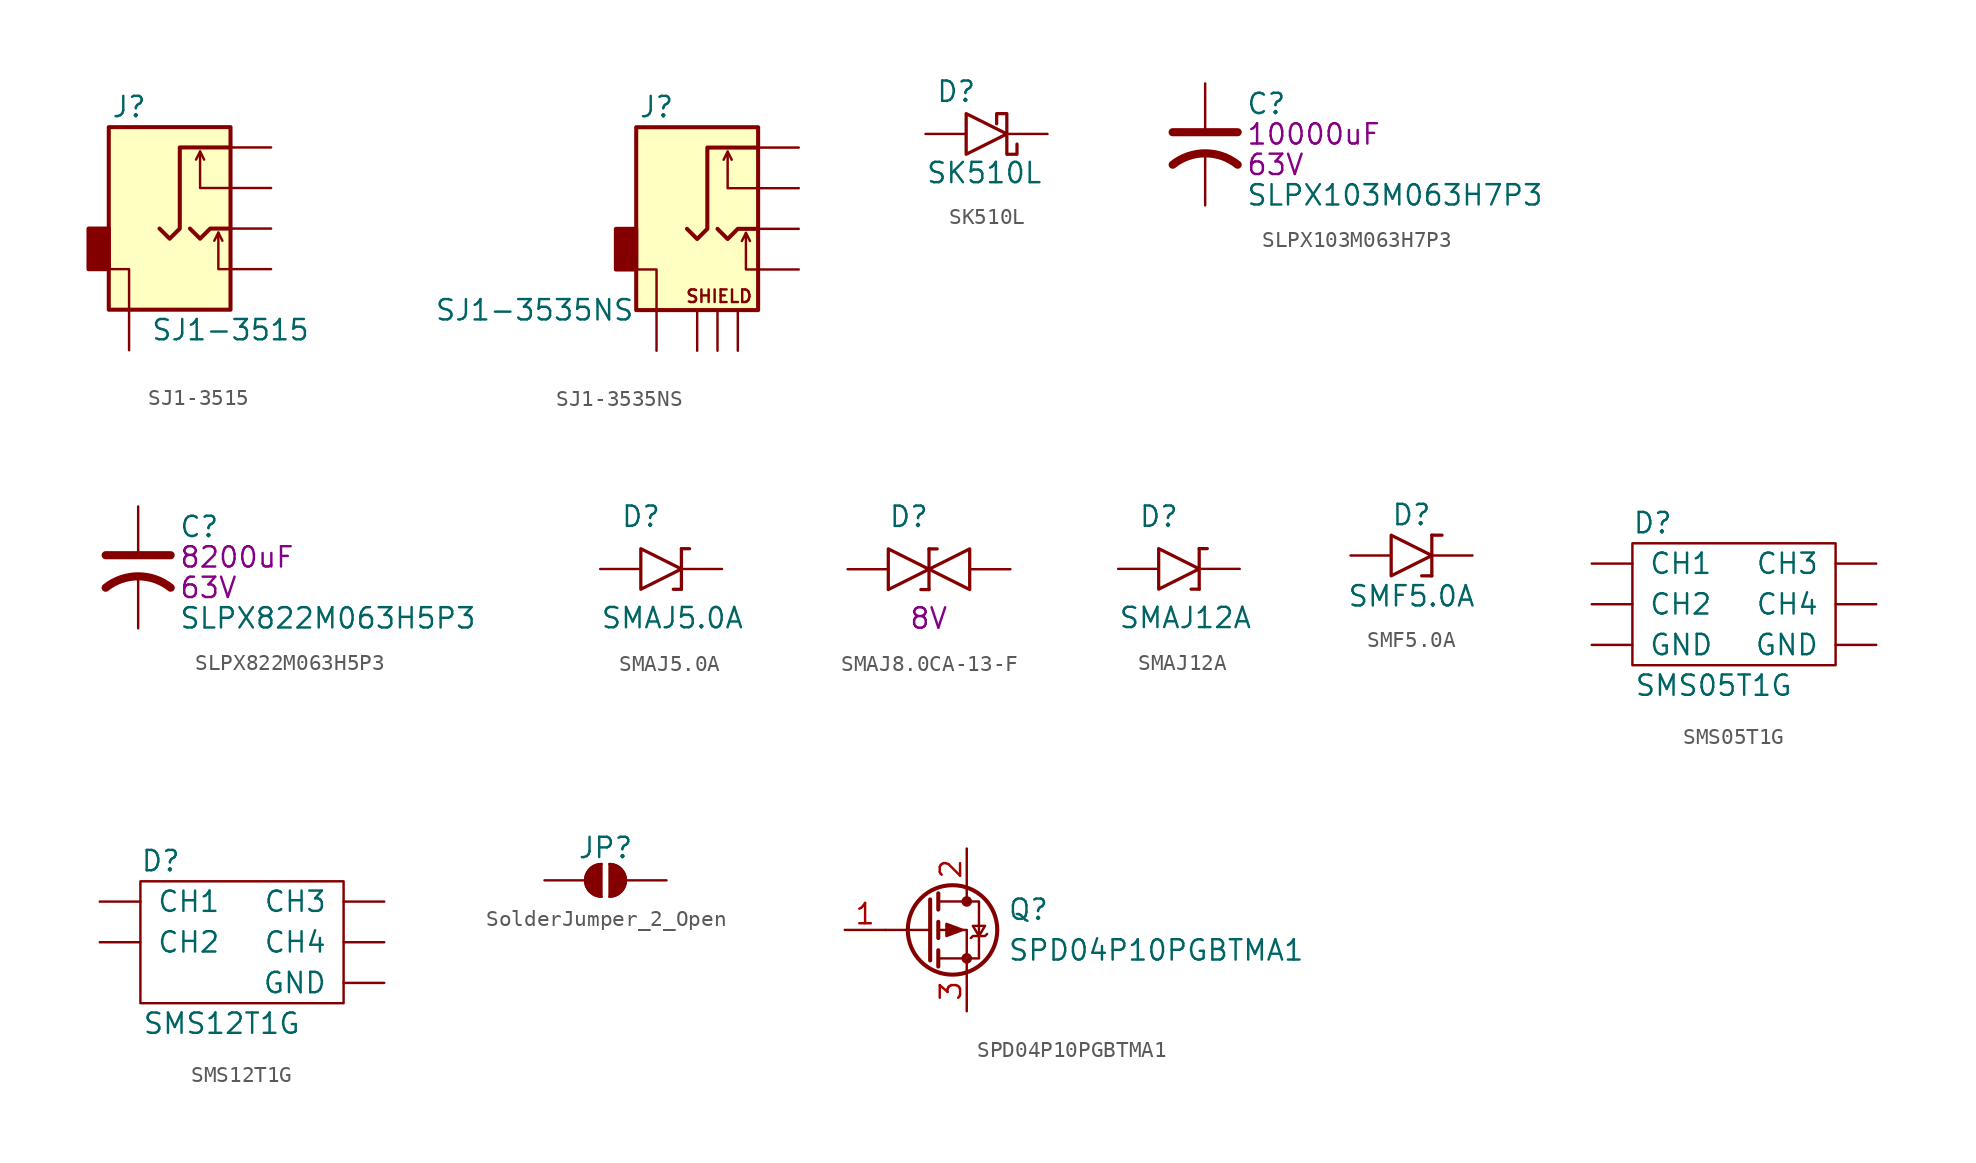
<source format=kicad_sym>
(kicad_symbol_lib
  (version 20210619)
  (generator kicad_symbol_editor)
  (symbol "custom:SJ1-3515"
    (pin_numbers hide)
    (pin_names hide)
    (property "Reference" "J"
      (at -3.81 7.62 0)
      (effects (font (size 1.27 1.27))))
    (property "Value" "SJ1-3515"
      (at 2.54 -6.35 0)
      (effects (font (size 1.27 1.27))))
    (symbol "SJ1-3515_0_1"
      (rectangle (start -5.08 -2.54) (end -6.35 0) (stroke (width 0.254)) (fill (type outline)))
      (rectangle (start 2.54 6.35) (end -5.08 -5.08) (stroke (width 0.254)) (fill (type background)))
      (polyline (pts (xy -3.81 -5.08) (xy -3.81 -2.54) (xy -5.08 -2.54)) (stroke (width 0)) (fill (type none))))
    (symbol "SJ1-3515_1_1"
      (polyline (pts (xy 0.635 4.826) (xy 0.889 4.318)) (stroke (width 0)) (fill (type none)))
      (polyline (pts (xy 1.778 -0.254) (xy 2.032 -0.762)) (stroke (width 0)) (fill (type none)))
      (polyline (pts (xy 0 0) (xy 0.635 -0.635) (xy 1.27 0) (xy 2.54 0)) (stroke (width 0.254)) (fill (type none)))
      (polyline (pts (xy 2.54 -2.54) (xy 1.778 -2.54) (xy 1.778 -0.254) (xy 1.524 -0.762)) (stroke (width 0)) (fill (type none)))
      (polyline (pts (xy 2.54 2.54) (xy 0.635 2.54) (xy 0.635 4.826) (xy 0.381 4.318)) (stroke (width 0)) (fill (type none)))
      (polyline (pts (xy 2.54 5.08) (xy -0.635 5.08) (xy -0.635 0) (xy -1.27 -0.635) (xy -1.905 0)) (stroke (width 0.254)) (fill (type none)))
      (pin passive line (at -3.81 -7.62 90) (length 2.54) (name "GND" (effects (font (size 1.27 1.27)))) (number "1" (effects (font (size 1.27 1.27)))))
      (pin passive line (at 5.08 0 180) (length 2.54) (name "TIP" (effects (font (size 1.27 1.27)))) (number "2" (effects (font (size 1.27 1.27)))))
      (pin passive line (at 5.08 5.08 180) (length 2.54) (name "RING" (effects (font (size 1.27 1.27)))) (number "3" (effects (font (size 1.27 1.27)))))
      (pin passive line (at 5.08 -2.54 180) (length 2.54) (name "TIP_SWITCH" (effects (font (size 1.27 1.27)))) (number "4" (effects (font (size 1.27 1.27)))))
      (pin passive line (at 5.08 2.54 180) (length 2.54) (name "RING_SWITCH" (effects (font (size 1.27 1.27)))) (number "5" (effects (font (size 1.27 1.27)))))))
  (symbol "custom:SJ1-3535NS"
    (pin_numbers hide)
    (pin_names hide)
    (property "Reference" "J"
      (at -3.81 7.62 0)
      (effects (font (size 1.27 1.27))))
    (property "Value" "SJ1-3535NS"
      (at -11.43 -5.08 0)
      (effects (font (size 1.27 1.27))))
    (symbol "SJ1-3535NS_0_0"
      (text "SHIELD" (at 0.102 -4.216 0) (effects (font (size 0.787 0.787)))))
    (symbol "SJ1-3535NS_0_1"
      (rectangle (start -5.08 -2.54) (end -6.35 0) (stroke (width 0.254)) (fill (type outline)))
      (rectangle (start 2.54 6.35) (end -5.08 -5.08) (stroke (width 0.254)) (fill (type background)))
      (polyline (pts (xy -3.81 -5.08) (xy -3.81 -2.54) (xy -5.08 -2.54)) (stroke (width 0)) (fill (type none))))
    (symbol "SJ1-3535NS_1_1"
      (polyline (pts (xy 0.635 4.826) (xy 0.889 4.318)) (stroke (width 0)) (fill (type none)))
      (polyline (pts (xy 1.778 -0.254) (xy 2.032 -0.762)) (stroke (width 0)) (fill (type none)))
      (polyline (pts (xy 0 0) (xy 0.635 -0.635) (xy 1.27 0) (xy 2.54 0)) (stroke (width 0.254)) (fill (type none)))
      (polyline (pts (xy 2.54 -2.54) (xy 1.778 -2.54) (xy 1.778 -0.254) (xy 1.524 -0.762)) (stroke (width 0)) (fill (type none)))
      (polyline (pts (xy 2.54 2.54) (xy 0.635 2.54) (xy 0.635 4.826) (xy 0.381 4.318)) (stroke (width 0)) (fill (type none)))
      (polyline (pts (xy 2.54 5.08) (xy -0.635 5.08) (xy -0.635 0) (xy -1.27 -0.635) (xy -1.905 0)) (stroke (width 0.254)) (fill (type none)))
      (pin passive line (at -3.81 -7.62 90) (length 2.54) (name "GND" (effects (font (size 1.27 1.27)))) (number "1" (effects (font (size 1.27 1.27)))))
      (pin passive line (at 5.08 0 180) (length 2.54) (name "TIP" (effects (font (size 1.27 1.27)))) (number "2" (effects (font (size 1.27 1.27)))))
      (pin passive line (at 5.08 5.08 180) (length 2.54) (name "RING" (effects (font (size 1.27 1.27)))) (number "3" (effects (font (size 1.27 1.27)))))
      (pin passive line (at 5.08 -2.54 180) (length 2.54) (name "TIP_SWITCH" (effects (font (size 1.27 1.27)))) (number "4" (effects (font (size 1.27 1.27)))))
      (pin passive line (at 5.08 2.54 180) (length 2.54) (name "RING_SWITCH" (effects (font (size 1.27 1.27)))) (number "5" (effects (font (size 1.27 1.27)))))
      (pin passive line (at -1.27 -7.62 90) (length 2.54) (name "SHIELD" (effects (font (size 1.27 1.27)))) (number "S1" (effects (font (size 1.27 1.27)))))
      (pin passive line (at 0 -7.62 90) (length 2.54) (name "SHIELD" (effects (font (size 1.27 1.27)))) (number "S2" (effects (font (size 1.27 1.27)))))
      (pin passive line (at 1.27 -7.62 90) (length 2.54) (name "SHIELD" (effects (font (size 1.27 1.27)))) (number "S3" (effects (font (size 1.27 1.27)))))))
  (symbol "custom:SK510L"
    (pin_numbers hide)
    (pin_names
      (offset 1.016) hide)
    (property "Reference" "D"
      (at -3.175 1.905 0)
      (effects (font (size 1.27 1.27)) (justify left bottom)))
    (property "Value" "SK510L"
      (at -3.81 -3.175 0)
      (effects (font (size 1.27 1.27)) (justify left bottom)))
    (symbol "SK510L_0_1"
      (polyline (pts (xy -1.27 1.27) (xy -1.27 -1.27) (xy 1.27 0) (xy -1.27 1.27)) (stroke (width 0.203)) (fill (type none)))
      (polyline (pts (xy 0.635 0.635) (xy 0.635 1.27) (xy 1.27 1.27) (xy 1.27 -1.27) (xy 1.905 -1.27) (xy 1.905 -0.635)) (stroke (width 0.203)) (fill (type none))))
    (symbol "SK510L_1_1"
      (pin passive line (at 3.81 0 180) (length 2.54) (name "C" (effects (font (size 1.27 1.27)))) (number "1" (effects (font (size 1.27 1.27)))))
      (pin passive line (at -3.81 0 0) (length 2.54) (name "A" (effects (font (size 1.27 1.27)))) (number "2" (effects (font (size 1.27 1.27)))))))
  (symbol "custom:SLPX103M063H7P3"
    (pin_numbers hide)
    (pin_names
      (offset 0.254) hide)
    (property "Reference" "C"
      (at 2.54 2.54 0)
      (effects (font (size 1.27 1.27)) (justify left)))
    (property "Value" "SLPX103M063H7P3"
      (at 2.54 -3.175 0)
      (effects (font (size 1.27 1.27)) (justify left)))
    (property "Capacitance" "10000uF"
      (at 2.54 0.635 0)
      (effects (font (size 1.27 1.27)) (justify left)))
    (property "Rating" "63V"
      (at 2.54 -1.27 0)
      (effects (font (size 1.27 1.27)) (justify left)))
    (symbol "SLPX103M063H7P3_0_1"
      (arc (start -2.032 -1.27) (end 2.032 -1.27) (radius (at 0 -3.81) (length 3.2512) (angles 128.7 51.3)) (stroke (width 0.508)) (fill (type none)))
      (polyline (pts (xy -2.032 0.762) (xy 2.032 0.762)) (stroke (width 0.508)) (fill (type none))))
    (symbol "SLPX103M063H7P3_1_1"
      (pin passive line (at 0 3.81 270) (length 2.794) (name "~" (effects (font (size 1.27 1.27)))) (number "1" (effects (font (size 1.27 1.27)))))
      (pin passive line (at 0 -3.81 90) (length 3.302) (name "~" (effects (font (size 1.27 1.27)))) (number "2" (effects (font (size 1.27 1.27)))))))
  (symbol "custom:SLPX822M063H5P3"
    (pin_numbers hide)
    (pin_names
      (offset 0.254) hide)
    (property "Reference" "C"
      (at 2.54 2.54 0)
      (effects (font (size 1.27 1.27)) (justify left)))
    (property "Value" "SLPX822M063H5P3"
      (at 2.54 -3.175 0)
      (effects (font (size 1.27 1.27)) (justify left)))
    (property "Capacitance" "8200uF"
      (at 2.54 0.635 0)
      (effects (font (size 1.27 1.27)) (justify left)))
    (property "Rating" "63V"
      (at 2.54 -1.27 0)
      (effects (font (size 1.27 1.27)) (justify left)))
    (symbol "SLPX822M063H5P3_0_1"
      (arc (start -2.032 -1.27) (end 2.032 -1.27) (radius (at 0 -3.81) (length 3.2512) (angles 128.7 51.3)) (stroke (width 0.508)) (fill (type none)))
      (polyline (pts (xy -2.032 0.762) (xy 2.032 0.762)) (stroke (width 0.508)) (fill (type none))))
    (symbol "SLPX822M063H5P3_1_1"
      (pin passive line (at 0 3.81 270) (length 2.794) (name "~" (effects (font (size 1.27 1.27)))) (number "1" (effects (font (size 1.27 1.27)))))
      (pin passive line (at 0 -3.81 90) (length 3.302) (name "~" (effects (font (size 1.27 1.27)))) (number "2" (effects (font (size 1.27 1.27)))))))
  (symbol "custom:SMAJ5.0A"
    (pin_numbers hide)
    (pin_names
      (offset 1.016) hide)
    (property "Reference" "D"
      (at -2.54 2.54 0)
      (effects (font (size 1.27 1.27)) (justify left bottom)))
    (property "Value" "SMAJ5.0A"
      (at -3.81 -3.81 0)
      (effects (font (size 1.27 1.27)) (justify left bottom)))
    (symbol "SMAJ5.0A_0_1"
      (polyline (pts (xy 1.27 -1.27) (xy 0.762 -1.27)) (stroke (width 0.203)) (fill (type none)))
      (polyline (pts (xy 1.27 1.27) (xy 1.27 -1.27)) (stroke (width 0.203)) (fill (type none)))
      (polyline (pts (xy 1.27 1.27) (xy 1.778 1.27)) (stroke (width 0.203)) (fill (type none)))
      (polyline (pts (xy -1.27 1.27) (xy -1.27 -1.27) (xy 1.27 0) (xy -1.27 1.27)) (stroke (width 0.203)) (fill (type none))))
    (symbol "SMAJ5.0A_1_1"
      (pin passive line (at 3.81 0 180) (length 2.54) (name "K" (effects (font (size 1.27 1.27)))) (number "1" (effects (font (size 1.27 1.27)))))
      (pin passive line (at -3.81 0 0) (length 2.54) (name "A" (effects (font (size 1.27 1.27)))) (number "2" (effects (font (size 1.27 1.27)))))))
  (symbol "custom:SMAJ8.0CA-13-F"
    (pin_numbers hide)
    (pin_names
      (offset 1.016) hide)
    (property "Reference" "D"
      (at -1.27 2.54 0)
      (effects (font (size 1.27 1.27)) (justify left bottom)))
    (property "Rating" "8V"
      (at 0 -3.81 0)
      (effects (font (size 1.27 1.27)) (justify left bottom)))
    (symbol "SMAJ8.0CA-13-F_0_1"
      (polyline (pts (xy 1.27 -1.27) (xy 0.762 -1.27)) (stroke (width 0.203)) (fill (type none)))
      (polyline (pts (xy 1.27 1.27) (xy 1.27 -1.27)) (stroke (width 0.203)) (fill (type none)))
      (polyline (pts (xy 1.27 1.27) (xy 1.778 1.27)) (stroke (width 0.203)) (fill (type none)))
      (polyline (pts (xy -1.27 1.27) (xy -1.27 -1.27) (xy 1.27 0) (xy -1.27 1.27)) (stroke (width 0.203)) (fill (type none))))
    (symbol "SMAJ8.0CA-13-F_1_1"
      (polyline (pts (xy 3.81 1.27) (xy 3.81 -1.27) (xy 1.27 0) (xy 3.81 1.27)) (stroke (width 0.203)) (fill (type none)))
      (pin passive line (at 6.35 0 180) (length 2.54) (name "K" (effects (font (size 1.27 1.27)))) (number "1" (effects (font (size 1.27 1.27)))))
      (pin passive line (at -3.81 0 0) (length 2.54) (name "A" (effects (font (size 1.27 1.27)))) (number "2" (effects (font (size 1.27 1.27)))))))
  (symbol "custom:SMAJ12A"
    (pin_numbers hide)
    (pin_names
      (offset 1.016) hide)
    (property "Reference" "D"
      (at -2.54 2.54 0)
      (effects (font (size 1.27 1.27)) (justify left bottom)))
    (property "Value" "SMAJ12A"
      (at -3.81 -3.81 0)
      (effects (font (size 1.27 1.27)) (justify left bottom)))
    (symbol "SMAJ12A_0_1"
      (polyline (pts (xy 1.27 -1.27) (xy 0.762 -1.27)) (stroke (width 0.203)) (fill (type none)))
      (polyline (pts (xy 1.27 1.27) (xy 1.27 -1.27)) (stroke (width 0.203)) (fill (type none)))
      (polyline (pts (xy 1.27 1.27) (xy 1.778 1.27)) (stroke (width 0.203)) (fill (type none)))
      (polyline (pts (xy -1.27 1.27) (xy -1.27 -1.27) (xy 1.27 0) (xy -1.27 1.27)) (stroke (width 0.203)) (fill (type none))))
    (symbol "SMAJ12A_1_1"
      (pin passive line (at 3.81 0 180) (length 2.54) (name "K" (effects (font (size 1.27 1.27)))) (number "1" (effects (font (size 1.27 1.27)))))
      (pin passive line (at -3.81 0 0) (length 2.54) (name "A" (effects (font (size 1.27 1.27)))) (number "2" (effects (font (size 1.27 1.27)))))))
  (symbol "custom:SMF5.0A"
    (pin_numbers hide)
    (pin_names
      (offset 1.016) hide)
    (property "Reference" "D"
      (at 0 2.54 0)
      (effects (font (size 1.27 1.27))))
    (property "Value" "SMF5.0A"
      (at 0 -2.54 0)
      (effects (font (size 1.27 1.27))))
    (symbol "SMF5.0A_0_1"
      (polyline (pts (xy 1.27 -1.27) (xy 0.635 -1.27)) (stroke (width 0.203)) (fill (type none)))
      (polyline (pts (xy 1.27 1.27) (xy 1.27 -1.27)) (stroke (width 0.203)) (fill (type none)))
      (polyline (pts (xy 1.27 1.27) (xy 1.905 1.27)) (stroke (width 0.203)) (fill (type none)))
      (polyline (pts (xy -1.27 1.27) (xy -1.27 -1.27) (xy 1.27 0) (xy -1.27 1.27)) (stroke (width 0.203)) (fill (type none))))
    (symbol "SMF5.0A_1_1"
      (pin passive line (at 3.81 0 180) (length 2.54) (name "K" (effects (font (size 1.27 1.27)))) (number "1" (effects (font (size 1.27 1.27)))))
      (pin passive line (at -3.81 0 0) (length 2.54) (name "A" (effects (font (size 1.27 1.27)))) (number "2" (effects (font (size 1.27 1.27)))))))
  (symbol "custom:SMS05T1G"
    (pin_numbers hide)
    (pin_names
      (offset 1.016))
    (property "Reference" "D"
      (at -5.08 7.62 0)
      (effects (font (size 1.27 1.27))))
    (property "Value" "SMS05T1G"
      (at -1.27 -2.54 0)
      (effects (font (size 1.27 1.27))))
    (symbol "SMS05T1G_0_1"
      (rectangle (start -6.35 6.35) (end 6.35 -1.27) (stroke (width 0)) (fill (type none))))
    (symbol "SMS05T1G_1_1"
      (pin passive line (at -8.89 5.08 0) (length 2.54) (name "CH1" (effects (font (size 1.27 1.27)))) (number "1" (effects (font (size 1.27 1.27)))))
      (pin passive line (at -8.89 0 0) (length 2.54) (name "GND" (effects (font (size 1.27 1.27)))) (number "2" (effects (font (size 1.27 1.27)))))
      (pin passive line (at -8.89 2.54 0) (length 2.54) (name "CH2" (effects (font (size 1.27 1.27)))) (number "3" (effects (font (size 1.27 1.27)))))
      (pin passive line (at 8.89 2.54 180) (length 2.54) (name "CH4" (effects (font (size 1.27 1.27)))) (number "4" (effects (font (size 1.27 1.27)))))
      (pin passive line (at 8.89 0 180) (length 2.54) (name "GND" (effects (font (size 1.27 1.27)))) (number "5" (effects (font (size 1.27 1.27)))))
      (pin passive line (at 8.89 5.08 180) (length 2.54) (name "CH3" (effects (font (size 1.27 1.27)))) (number "6" (effects (font (size 1.27 1.27)))))))
  (symbol "custom:SMS12T1G"
    (pin_numbers hide)
    (pin_names
      (offset 1.016))
    (property "Reference" "D"
      (at -5.08 7.62 0)
      (effects (font (size 1.27 1.27))))
    (property "Value" "SMS12T1G"
      (at -1.27 -2.54 0)
      (effects (font (size 1.27 1.27))))
    (symbol "SMS12T1G_0_1"
      (rectangle (start -6.35 6.35) (end 6.35 -1.27) (stroke (width 0)) (fill (type none))))
    (symbol "SMS12T1G_1_1"
      (pin passive line (at -8.89 5.08 0) (length 2.54) (name "CH1" (effects (font (size 1.27 1.27)))) (number "1" (effects (font (size 1.27 1.27)))))
      (pin passive line (at 8.89 0 180) (length 2.54) hide (name "GND" (effects (font (size 1.27 1.27)))) (number "2" (effects (font (size 1.27 1.27)))))
      (pin passive line (at -8.89 2.54 0) (length 2.54) (name "CH2" (effects (font (size 1.27 1.27)))) (number "3" (effects (font (size 1.27 1.27)))))
      (pin passive line (at 8.89 2.54 180) (length 2.54) (name "CH4" (effects (font (size 1.27 1.27)))) (number "4" (effects (font (size 1.27 1.27)))))
      (pin passive line (at 8.89 0 180) (length 2.54) (name "GND" (effects (font (size 1.27 1.27)))) (number "5" (effects (font (size 1.27 1.27)))))
      (pin passive line (at 8.89 5.08 180) (length 2.54) (name "CH3" (effects (font (size 1.27 1.27)))) (number "6" (effects (font (size 1.27 1.27)))))))
  (symbol "custom:SolderJumper_2_Open"
    (pin_numbers hide)
    (pin_names
      (offset 0) hide)
    (property "Reference" "JP"
      (at 0 2.032 0)
      (effects (font (size 1.27 1.27))))
    (symbol "SolderJumper_2_Open_0_1"
      (arc (start -0.254 1.016) (end -0.254 -1.016) (radius (at -0.254 0) (length 1.016) (angles 90.1 -90.1)) (stroke (width 0)) (fill (type none)))
      (arc (start 0.254 -1.016) (end 0.254 1.016) (radius (at 0.254 0) (length 1.016) (angles -89.9 89.9)) (stroke (width 0)) (fill (type none)))
      (arc (start -0.254 1.016) (end -0.254 -1.016) (radius (at -0.254 0) (length 1.016) (angles 90.1 -90.1)) (stroke (width 0)) (fill (type outline)))
      (arc (start 0.254 -1.016) (end 0.254 1.016) (radius (at 0.254 0) (length 1.016) (angles -89.9 89.9)) (stroke (width 0)) (fill (type outline)))
      (polyline (pts (xy -0.254 1.016) (xy -0.254 -1.016)) (stroke (width 0)) (fill (type none)))
      (polyline (pts (xy 0.254 1.016) (xy 0.254 -1.016)) (stroke (width 0)) (fill (type none))))
    (symbol "SolderJumper_2_Open_1_1"
      (pin passive line (at -3.81 0 0) (length 2.54) (name "A" (effects (font (size 1.27 1.27)))) (number "1" (effects (font (size 1.27 1.27)))))
      (pin passive line (at 3.81 0 180) (length 2.54) (name "B" (effects (font (size 1.27 1.27)))) (number "2" (effects (font (size 1.27 1.27)))))))
  (symbol "custom:SPD04P10PGBTMA1"
    (pin_names
      (offset 0) hide)
    (property "Reference" "Q"
      (at 5.08 1.27 0)
      (effects (font (size 1.27 1.27)) (justify left)))
    (property "Value" "SPD04P10PGBTMA1"
      (at 5.08 -1.27 0)
      (effects (font (size 1.27 1.27)) (justify left)))
    (symbol "SPD04P10PGBTMA1_0_1"
      (circle (center 1.651 0) (radius 2.794) (stroke (width 0.254)) (fill (type none)))
      (circle (center 2.54 -1.778) (radius 0.254) (stroke (width 0)) (fill (type outline)))
      (circle (center 2.54 1.778) (radius 0.254) (stroke (width 0)) (fill (type outline)))
      (polyline (pts (xy 0.254 0) (xy -2.54 0)) (stroke (width 0)) (fill (type none)))
      (polyline (pts (xy 0.254 1.905) (xy 0.254 -1.905)) (stroke (width 0.254)) (fill (type none)))
      (polyline (pts (xy 0.762 -1.27) (xy 0.762 -2.286)) (stroke (width 0.254)) (fill (type none)))
      (polyline (pts (xy 0.762 0.508) (xy 0.762 -0.508)) (stroke (width 0.254)) (fill (type none)))
      (polyline (pts (xy 0.762 2.286) (xy 0.762 1.27)) (stroke (width 0.254)) (fill (type none)))
      (polyline (pts (xy 2.54 2.54) (xy 2.54 1.778)) (stroke (width 0)) (fill (type none)))
      (polyline (pts (xy 2.54 -2.54) (xy 2.54 0) (xy 0.762 0)) (stroke (width 0)) (fill (type none)))
      (polyline (pts (xy 0.762 1.778) (xy 3.302 1.778) (xy 3.302 -1.778) (xy 0.762 -1.778)) (stroke (width 0)) (fill (type none)))
      (polyline (pts (xy 2.794 -0.508) (xy 2.921 -0.381) (xy 3.683 -0.381) (xy 3.81 -0.254)) (stroke (width 0)) (fill (type none)))
      (polyline (pts (xy 3.302 -0.381) (xy 2.921 0.254) (xy 3.683 0.254) (xy 3.302 -0.381)) (stroke (width 0)) (fill (type none)))
      (polyline (pts (xy 2.286 0) (xy 1.27 0.381) (xy 1.27 -0.381) (xy 2.286 0)) (stroke (width 0)) (fill (type outline))))
    (symbol "SPD04P10PGBTMA1_1_1"
      (pin input line (at -5.08 0 0) (length 2.54) (name "G" (effects (font (size 1.27 1.27)))) (number "1" (effects (font (size 1.27 1.27)))))
      (pin passive line (at 2.54 5.08 270) (length 2.54) (name "D" (effects (font (size 1.27 1.27)))) (number "2" (effects (font (size 1.27 1.27)))))
      (pin passive line (at 2.54 -5.08 90) (length 2.54) (name "S" (effects (font (size 1.27 1.27)))) (number "3" (effects (font (size 1.27 1.27))))))))
</source>
